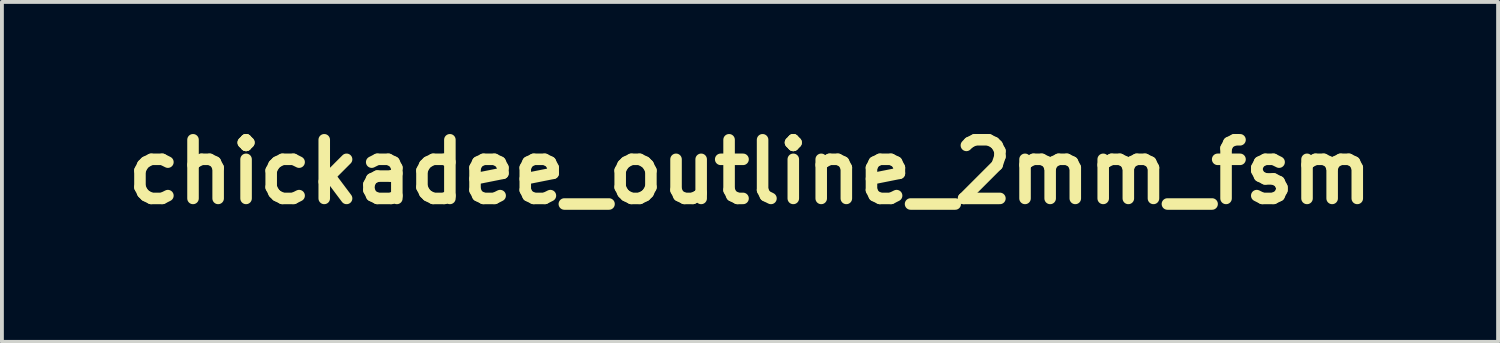
<source format=kicad_pcb>
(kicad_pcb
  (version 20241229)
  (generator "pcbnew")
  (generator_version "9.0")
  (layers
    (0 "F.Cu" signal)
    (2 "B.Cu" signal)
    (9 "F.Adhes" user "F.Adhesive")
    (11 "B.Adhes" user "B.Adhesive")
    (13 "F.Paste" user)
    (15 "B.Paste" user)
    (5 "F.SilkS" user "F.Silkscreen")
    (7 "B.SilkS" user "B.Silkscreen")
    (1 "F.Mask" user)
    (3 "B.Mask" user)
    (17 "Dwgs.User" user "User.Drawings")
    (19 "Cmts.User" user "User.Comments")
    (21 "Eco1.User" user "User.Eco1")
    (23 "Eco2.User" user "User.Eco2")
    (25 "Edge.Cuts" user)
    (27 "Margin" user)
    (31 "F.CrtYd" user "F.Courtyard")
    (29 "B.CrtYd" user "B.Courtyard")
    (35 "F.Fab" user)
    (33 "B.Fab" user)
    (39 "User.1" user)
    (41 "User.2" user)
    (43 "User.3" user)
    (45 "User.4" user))
  (footprint "chickadee_outline_2mm_fsm"
    (layer "F.Cu")
    (at 16.445 1.418)
    (property "Reference" "chickadee_outline_2mm_fsm" (at 0 0 0) (layer "F.SilkS") (effects (font (size 1.524 1.524) (thickness 0.3))))
    (attr through_hole)
    (fp_poly (pts (xy -1.48 -1.013) (xy -1.454 -1.012) (xy -1.43 -1.009) (xy -1.405 -1.006) (xy -1.38 -1.002) (xy -1.363 -0.999) (xy -1.337 -0.994) (xy -1.313 -0.988) (xy -1.29 -0.982) (xy -1.266 -0.975) (xy -1.241 -0.967) (xy -1.214 -0.957) (xy -1.185 -0.947) (xy -1.153 -0.934) (xy -1.128 -0.924) (xy -1.096 -0.911) (xy -1.063 -0.897) (xy -1.029 -0.883) (xy -0.995 -0.867) (xy -0.959 -0.851) (xy -0.921 -0.834) (xy -0.881 -0.816) (xy -0.84 -0.796) (xy -0.796 -0.775) (xy -0.749 -0.753) (xy -0.699 -0.728) (xy -0.646 -0.702) (xy -0.59 -0.674) (xy -0.529 -0.644) (xy -0.49 -0.625) (xy -0.434 -0.597) (xy -0.381 -0.571) (xy -0.333 -0.547) (xy -0.288 -0.525) (xy -0.246 -0.504) (xy -0.206 -0.485) (xy -0.169 -0.468) (xy -0.134 -0.451) (xy -0.101 -0.436) (xy -0.069 -0.421) (xy -0.038 -0.408) (xy -0.007 -0.394) (xy 0.022 -0.382) (xy 0.052 -0.369) (xy 0.082 -0.357) (xy 0.113 -0.345) (xy 0.144 -0.333) (xy 0.156 -0.328) (xy 0.172 -0.322) (xy 0.188 -0.316) (xy 0.201 -0.311) (xy 0.212 -0.306) (xy 0.22 -0.303) (xy 0.223 -0.302) (xy 0.23 -0.298) (xy 0.212 -0.277) (xy 0.184 -0.245) (xy 0.151 -0.213) (xy 0.115 -0.181) (xy 0.075 -0.149) (xy 0.032 -0.118) (xy -0.013 -0.089) (xy -0.06 -0.06) (xy -0.108 -0.034) (xy -0.109 -0.033) (xy -0.172 -0.002) (xy -0.238 0.027) (xy -0.308 0.054) (xy -0.38 0.079) (xy -0.455 0.101) (xy -0.53 0.121) (xy -0.606 0.139) (xy -0.682 0.153) (xy -0.757 0.164) (xy -0.803 0.17) (xy -0.817 0.171) (xy -0.834 0.172) (xy -0.854 0.172) (xy -0.876 0.173) (xy -0.898 0.173) (xy -0.921 0.173) (xy -0.942 0.172) (xy -0.961 0.172) (xy -0.978 0.171) (xy -0.991 0.17) (xy -0.994 0.17) (xy -1.042 0.162) (xy -1.087 0.151) (xy -1.127 0.138) (xy -1.164 0.121) (xy -1.197 0.102) (xy -1.21 0.093) (xy -1.238 0.069) (xy -1.261 0.043) (xy -1.281 0.014) (xy -1.298 -0.018) (xy -1.306 -0.039) (xy -1.312 -0.058) (xy -1.317 -0.076) (xy -1.32 -0.093) (xy -1.321 -0.112) (xy -1.322 -0.133) (xy -1.322 -0.139) (xy -1.322 -0.178) (xy -1.337 -0.18) (xy -1.353 -0.182) (xy -1.37 -0.17) (xy -1.387 -0.158) (xy -1.388 -0.135) (xy -1.387 -0.103) (xy -1.382 -0.07) (xy -1.374 -0.035) (xy -1.362 -0.002) (xy -1.347 0.03) (xy -1.33 0.059) (xy -1.306 0.092) (xy -1.278 0.121) (xy -1.246 0.148) (xy -1.211 0.171) (xy -1.172 0.19) (xy -1.13 0.207) (xy -1.084 0.22) (xy -1.035 0.23) (xy -0.982 0.237) (xy -0.976 0.237) (xy -0.957 0.238) (xy -0.934 0.239) (xy -0.908 0.239) (xy -0.881 0.239) (xy -0.853 0.238) (xy -0.826 0.237) (xy -0.801 0.235) (xy -0.778 0.233) (xy -0.771 0.232) (xy -0.694 0.222) (xy -0.616 0.208) (xy -0.538 0.191) (xy -0.46 0.171) (xy -0.383 0.149) (xy -0.308 0.124) (xy -0.236 0.097) (xy -0.167 0.068) (xy -0.142 0.057) (xy -0.083 0.027) (xy -0.025 -0.004) (xy 0.03 -0.038) (xy 0.081 -0.072) (xy 0.13 -0.108) (xy 0.174 -0.145) (xy 0.215 -0.183) (xy 0.251 -0.222) (xy 0.273 -0.247) (xy 0.283 -0.26) (xy 0.291 -0.268) (xy 0.296 -0.273) (xy 0.299 -0.275) (xy 0.3 -0.275) (xy 0.31 -0.272) (xy 0.324 -0.269) (xy 0.341 -0.266) (xy 0.361 -0.263) (xy 0.382 -0.26) (xy 0.404 -0.257) (xy 0.427 -0.254) (xy 0.448 -0.252) (xy 0.468 -0.25) (xy 0.478 -0.249) (xy 0.499 -0.248) (xy 0.521 -0.247) (xy 0.547 -0.248) (xy 0.575 -0.249) (xy 0.607 -0.25) (xy 0.642 -0.253) (xy 0.681 -0.257) (xy 0.723 -0.261) (xy 0.77 -0.266) (xy 0.785 -0.268) (xy 0.852 -0.276) (xy 0.924 -0.285) (xy 1 -0.296) (xy 1.079 -0.308) (xy 1.163 -0.321) (xy 1.251 -0.336) (xy 1.342 -0.351) (xy 1.436 -0.368) (xy 1.533 -0.386) (xy 1.634 -0.405) (xy 1.737 -0.425) (xy 1.842 -0.446) (xy 1.95 -0.468) (xy 2.06 -0.491) (xy 2.172 -0.515) (xy 2.286 -0.54) (xy 2.305 -0.544) (xy 2.327 -0.549) (xy 2.348 -0.554) (xy 2.367 -0.558) (xy 2.383 -0.561) (xy 2.398 -0.564) (xy 2.408 -0.566) (xy 2.415 -0.567) (xy 2.417 -0.567) (xy 2.435 -0.567) (xy 2.455 -0.564) (xy 2.475 -0.556) (xy 2.493 -0.546) (xy 2.509 -0.534) (xy 2.509 -0.533) (xy 2.517 -0.525) (xy 2.526 -0.513) (xy 2.536 -0.497) (xy 2.548 -0.478) (xy 2.561 -0.456) (xy 2.574 -0.433) (xy 2.588 -0.408) (xy 2.601 -0.381) (xy 2.615 -0.355) (xy 2.628 -0.328) (xy 2.641 -0.301) (xy 2.652 -0.275) (xy 2.658 -0.261) (xy 2.677 -0.214) (xy 2.692 -0.17) (xy 2.703 -0.128) (xy 2.711 -0.089) (xy 2.714 -0.053) (xy 2.714 -0.019) (xy 2.71 0.011) (xy 2.702 0.037) (xy 2.695 0.051) (xy 2.686 0.066) (xy 2.675 0.081) (xy 2.664 0.093) (xy 2.66 0.097) (xy 2.649 0.105) (xy 2.638 0.112) (xy 2.625 0.118) (xy 2.611 0.124) (xy 2.595 0.129) (xy 2.577 0.133) (xy 2.555 0.136) (xy 2.531 0.139) (xy 2.503 0.142) (xy 2.472 0.144) (xy 2.436 0.146) (xy 2.408 0.148) (xy 2.395 0.148) (xy 2.377 0.149) (xy 2.356 0.149) (xy 2.332 0.15) (xy 2.306 0.151) (xy 2.278 0.152) (xy 2.25 0.153) (xy 2.222 0.153) (xy 2.207 0.154) (xy 2.135 0.156) (xy 2.066 0.158) (xy 2.002 0.16) (xy 1.942 0.162) (xy 1.884 0.164) (xy 1.83 0.166) (xy 1.777 0.169) (xy 1.727 0.171) (xy 1.678 0.174) (xy 1.631 0.177) (xy 1.584 0.181) (xy 1.537 0.184) (xy 1.491 0.188) (xy 1.466 0.19) (xy 1.361 0.2) (xy 1.261 0.211) (xy 1.164 0.223) (xy 1.069 0.237) (xy 0.977 0.252) (xy 0.886 0.269) (xy 0.796 0.288) (xy 0.705 0.309) (xy 0.614 0.332) (xy 0.521 0.358) (xy 0.427 0.385) (xy 0.329 0.416) (xy 0.255 0.44) (xy 0.216 0.453) (xy 0.18 0.465) (xy 0.147 0.477) (xy 0.116 0.488) (xy 0.086 0.499) (xy 0.058 0.51) (xy 0.03 0.521) (xy 0.004 0.532) (xy -0.023 0.544) (xy -0.05 0.556) (xy -0.078 0.57) (xy -0.106 0.584) (xy -0.136 0.6) (xy -0.168 0.617) (xy -0.202 0.636) (xy -0.238 0.656) (xy -0.278 0.679) (xy -0.321 0.703) (xy -0.365 0.729) (xy -0.4 0.749) (xy -0.43 0.766) (xy -0.458 0.782) (xy -0.482 0.796) (xy -0.505 0.808) (xy -0.525 0.82) (xy -0.544 0.83) (xy -0.562 0.84) (xy -0.579 0.849) (xy -0.596 0.858) (xy -0.614 0.866) (xy -0.629 0.874) (xy -0.674 0.896) (xy -0.715 0.915) (xy -0.755 0.932) (xy -0.792 0.946) (xy -0.829 0.959) (xy -0.865 0.97) (xy -0.902 0.979) (xy -0.94 0.987) (xy -0.973 0.993) (xy -1.014 0.999) (xy -1.051 1.004) (xy -1.087 1.008) (xy -1.122 1.011) (xy -1.158 1.012) (xy -1.196 1.013) (xy -1.223 1.013) (xy -1.241 1.013) (xy -1.258 1.013) (xy -1.274 1.013) (xy -1.286 1.012) (xy -1.296 1.012) (xy -1.301 1.012) (xy -1.301 1.012) (xy -1.364 1.006) (xy -1.425 0.996) (xy -1.486 0.984) (xy -1.544 0.969) (xy -1.599 0.951) (xy -1.652 0.93) (xy -1.691 0.912) (xy -1.75 0.88) (xy -1.807 0.843) (xy -1.863 0.802) (xy -1.917 0.756) (xy -1.97 0.706) (xy -2.021 0.652) (xy -2.069 0.593) (xy -2.117 0.53) (xy -2.162 0.463) (xy -2.205 0.392) (xy -2.247 0.317) (xy -2.25 0.311) (xy -2.275 0.26) (xy -2.299 0.206) (xy -2.321 0.151) (xy -2.342 0.092) (xy -2.362 0.029) (xy -2.373 -0.01) (xy -2.378 -0.028) (xy -2.547 -0.096) (xy -2.574 -0.107) (xy -2.6 -0.117) (xy -2.624 -0.127) (xy -2.646 -0.136) (xy -2.665 -0.145) (xy -2.682 -0.152) (xy -2.696 -0.158) (xy -2.706 -0.162) (xy -2.713 -0.165) (xy -2.715 -0.167) (xy -2.715 -0.167) (xy -2.714 -0.169) (xy -2.708 -0.174) (xy -2.7 -0.181) (xy -2.689 -0.191) (xy -2.676 -0.204) (xy -2.66 -0.218) (xy -2.642 -0.235) (xy -2.622 -0.252) (xy -2.601 -0.271) (xy -2.578 -0.292) (xy -2.561 -0.307) (xy -2.406 -0.445) (xy -2.396 -0.472) (xy -2.376 -0.52) (xy -2.354 -0.566) (xy -2.327 -0.61) (xy -2.297 -0.653) (xy -2.262 -0.695) (xy -2.223 -0.736) (xy -2.212 -0.747) (xy -2.166 -0.789) (xy -2.116 -0.827) (xy -2.063 -0.862) (xy -2.006 -0.894) (xy -1.947 -0.922) (xy -1.884 -0.947) (xy -1.819 -0.968) (xy -1.752 -0.986) (xy -1.72 -0.993) (xy -1.689 -0.999) (xy -1.662 -1.004) (xy -1.637 -1.007) (xy -1.612 -1.01) (xy -1.586 -1.011) (xy -1.557 -1.012) (xy -1.541 -1.013) (xy -1.509 -1.013) (xy -1.48 -1.013)) (stroke (width 0.01) (type solid)) (fill yes) (layer "F.Mask")))
  (gr_rect
    (start -3 -3)
    (end 35.889 5.836)
    (stroke (width 0.1) (type default))
    (fill no)
    (layer "Edge.Cuts")))
</source>
